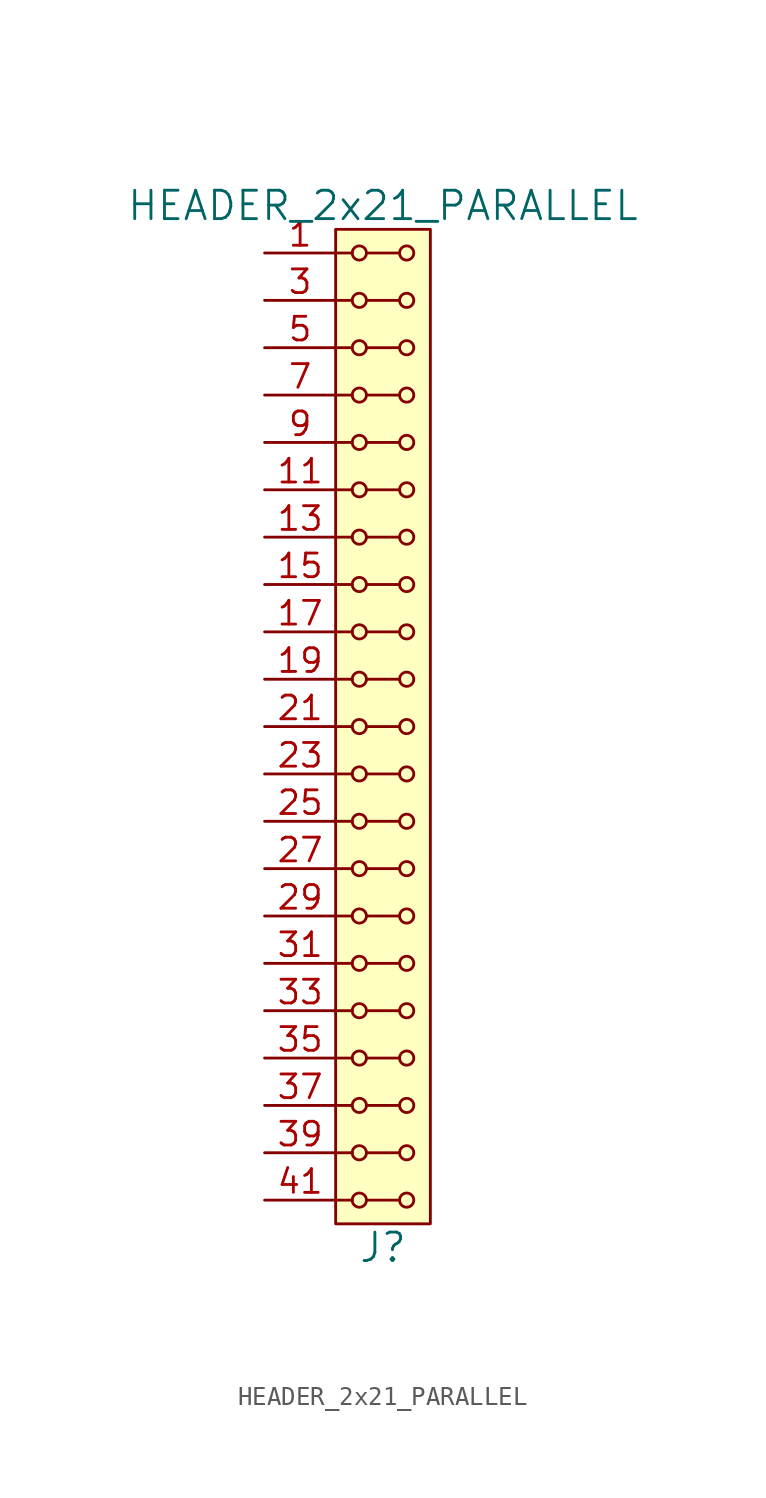
<source format=kicad_sym>
(kicad_symbol_lib
  (version 20211014)
  (generator kicad_symbol_editor)
  (symbol "HEADER_2x21_PARALLEL"
    (pin_names
      (offset 1.016))
    (property "Reference" "J"
      (at 0 -27.94 0)
      (effects (font (size 1.524 1.524))))
    (property "Value" "HEADER_2x21_PARALLEL"
      (at 0 27.94 0)
      (effects (font (size 1.524 1.524))))
    (property "Footprint" ""
      (at 0 25.4 0)
      (effects (font (size 1.524 1.524))))
    (property "Datasheet" ""
      (at 0 25.4 0)
      (effects (font (size 1.524 1.524))))
    (symbol "HEADER_2x21_PARALLEL_0_1"
      (rectangle (start -2.54 26.67) (end 2.54 -26.67) (stroke (width 0) (type default) (color 0 0 0 0)) (fill (type background)))
      (circle (center -1.27 -25.4) (radius 0.381) (stroke (width 0) (type default) (color 0 0 0 0)) (fill (type none)))
      (circle (center -1.27 -22.86) (radius 0.381) (stroke (width 0) (type default) (color 0 0 0 0)) (fill (type none)))
      (circle (center -1.27 -20.32) (radius 0.381) (stroke (width 0) (type default) (color 0 0 0 0)) (fill (type none)))
      (circle (center -1.27 -17.78) (radius 0.381) (stroke (width 0) (type default) (color 0 0 0 0)) (fill (type none)))
      (circle (center -1.27 -15.24) (radius 0.381) (stroke (width 0) (type default) (color 0 0 0 0)) (fill (type none)))
      (circle (center -1.27 -12.7) (radius 0.381) (stroke (width 0) (type default) (color 0 0 0 0)) (fill (type none)))
      (circle (center -1.27 -10.16) (radius 0.381) (stroke (width 0) (type default) (color 0 0 0 0)) (fill (type none)))
      (circle (center -1.27 -7.62) (radius 0.381) (stroke (width 0) (type default) (color 0 0 0 0)) (fill (type none)))
      (circle (center -1.27 -5.08) (radius 0.381) (stroke (width 0) (type default) (color 0 0 0 0)) (fill (type none)))
      (circle (center -1.27 -2.54) (radius 0.381) (stroke (width 0) (type default) (color 0 0 0 0)) (fill (type none)))
      (circle (center -1.27 0) (radius 0.381) (stroke (width 0) (type default) (color 0 0 0 0)) (fill (type none)))
      (circle (center -1.27 2.54) (radius 0.381) (stroke (width 0) (type default) (color 0 0 0 0)) (fill (type none)))
      (circle (center -1.27 5.08) (radius 0.381) (stroke (width 0) (type default) (color 0 0 0 0)) (fill (type none)))
      (circle (center -1.27 7.62) (radius 0.381) (stroke (width 0) (type default) (color 0 0 0 0)) (fill (type none)))
      (circle (center -1.27 10.16) (radius 0.381) (stroke (width 0) (type default) (color 0 0 0 0)) (fill (type none)))
      (circle (center -1.27 12.7) (radius 0.381) (stroke (width 0) (type default) (color 0 0 0 0)) (fill (type none)))
      (circle (center -1.27 15.24) (radius 0.381) (stroke (width 0) (type default) (color 0 0 0 0)) (fill (type none)))
      (circle (center -1.27 17.78) (radius 0.381) (stroke (width 0) (type default) (color 0 0 0 0)) (fill (type none)))
      (circle (center -1.27 20.32) (radius 0.381) (stroke (width 0) (type default) (color 0 0 0 0)) (fill (type none)))
      (circle (center -1.27 22.86) (radius 0.381) (stroke (width 0) (type default) (color 0 0 0 0)) (fill (type none)))
      (circle (center -1.27 25.4) (radius 0.381) (stroke (width 0) (type default) (color 0 0 0 0)) (fill (type none)))
      (polyline (pts (xy -1.651 -25.4) (xy -2.54 -25.4)) (stroke (width 0) (type default) (color 0 0 0 0)) (fill (type none)))
      (polyline (pts (xy -1.651 -22.86) (xy -2.54 -22.86)) (stroke (width 0) (type default) (color 0 0 0 0)) (fill (type none)))
      (polyline (pts (xy -1.651 -20.32) (xy -2.54 -20.32)) (stroke (width 0) (type default) (color 0 0 0 0)) (fill (type none)))
      (polyline (pts (xy -1.651 -17.78) (xy -2.54 -17.78)) (stroke (width 0) (type default) (color 0 0 0 0)) (fill (type none)))
      (polyline (pts (xy -1.651 -15.24) (xy -2.54 -15.24)) (stroke (width 0) (type default) (color 0 0 0 0)) (fill (type none)))
      (polyline (pts (xy -1.651 -12.7) (xy -2.54 -12.7)) (stroke (width 0) (type default) (color 0 0 0 0)) (fill (type none)))
      (polyline (pts (xy -1.651 -10.16) (xy -2.54 -10.16)) (stroke (width 0) (type default) (color 0 0 0 0)) (fill (type none)))
      (polyline (pts (xy -1.651 -7.62) (xy -2.54 -7.62)) (stroke (width 0) (type default) (color 0 0 0 0)) (fill (type none)))
      (polyline (pts (xy -1.651 -5.08) (xy -2.54 -5.08)) (stroke (width 0) (type default) (color 0 0 0 0)) (fill (type none)))
      (polyline (pts (xy -1.651 -2.54) (xy -2.54 -2.54)) (stroke (width 0) (type default) (color 0 0 0 0)) (fill (type none)))
      (polyline (pts (xy -1.651 0) (xy -2.54 0)) (stroke (width 0) (type default) (color 0 0 0 0)) (fill (type none)))
      (polyline (pts (xy -1.651 2.54) (xy -2.54 2.54)) (stroke (width 0) (type default) (color 0 0 0 0)) (fill (type none)))
      (polyline (pts (xy -1.651 5.08) (xy -2.54 5.08)) (stroke (width 0) (type default) (color 0 0 0 0)) (fill (type none)))
      (polyline (pts (xy -1.651 7.62) (xy -2.54 7.62)) (stroke (width 0) (type default) (color 0 0 0 0)) (fill (type none)))
      (polyline (pts (xy -1.651 10.16) (xy -2.54 10.16)) (stroke (width 0) (type default) (color 0 0 0 0)) (fill (type none)))
      (polyline (pts (xy -1.651 12.7) (xy -2.54 12.7)) (stroke (width 0) (type default) (color 0 0 0 0)) (fill (type none)))
      (polyline (pts (xy -1.651 15.24) (xy -2.54 15.24)) (stroke (width 0) (type default) (color 0 0 0 0)) (fill (type none)))
      (polyline (pts (xy -1.651 17.78) (xy -2.54 17.78)) (stroke (width 0) (type default) (color 0 0 0 0)) (fill (type none)))
      (polyline (pts (xy -1.651 20.32) (xy -2.54 20.32)) (stroke (width 0) (type default) (color 0 0 0 0)) (fill (type none)))
      (polyline (pts (xy -1.651 22.86) (xy -2.54 22.86)) (stroke (width 0) (type default) (color 0 0 0 0)) (fill (type none)))
      (polyline (pts (xy -1.651 25.4) (xy -2.54 25.4)) (stroke (width 0) (type default) (color 0 0 0 0)) (fill (type none)))
      (polyline (pts (xy -0.889 -25.4) (xy 0.889 -25.4)) (stroke (width 0) (type default) (color 0 0 0 0)) (fill (type none)))
      (polyline (pts (xy -0.889 -22.86) (xy 0.889 -22.86)) (stroke (width 0) (type default) (color 0 0 0 0)) (fill (type none)))
      (polyline (pts (xy -0.889 -20.32) (xy 0.889 -20.32)) (stroke (width 0) (type default) (color 0 0 0 0)) (fill (type none)))
      (polyline (pts (xy -0.889 -17.78) (xy 0.889 -17.78)) (stroke (width 0) (type default) (color 0 0 0 0)) (fill (type none)))
      (polyline (pts (xy -0.889 -15.24) (xy 0.889 -15.24)) (stroke (width 0) (type default) (color 0 0 0 0)) (fill (type none)))
      (polyline (pts (xy -0.889 -12.7) (xy 0.889 -12.7)) (stroke (width 0) (type default) (color 0 0 0 0)) (fill (type none)))
      (polyline (pts (xy -0.889 -10.16) (xy 0.889 -10.16)) (stroke (width 0) (type default) (color 0 0 0 0)) (fill (type none)))
      (polyline (pts (xy -0.889 -7.62) (xy 0.889 -7.62)) (stroke (width 0) (type default) (color 0 0 0 0)) (fill (type none)))
      (polyline (pts (xy -0.889 -5.08) (xy 0.889 -5.08)) (stroke (width 0) (type default) (color 0 0 0 0)) (fill (type none)))
      (polyline (pts (xy -0.889 -2.54) (xy 0.889 -2.54)) (stroke (width 0) (type default) (color 0 0 0 0)) (fill (type none)))
      (polyline (pts (xy -0.889 0) (xy 0.889 0)) (stroke (width 0) (type default) (color 0 0 0 0)) (fill (type none)))
      (polyline (pts (xy -0.889 2.54) (xy 0.889 2.54)) (stroke (width 0) (type default) (color 0 0 0 0)) (fill (type none)))
      (polyline (pts (xy -0.889 5.08) (xy 0.889 5.08)) (stroke (width 0) (type default) (color 0 0 0 0)) (fill (type none)))
      (polyline (pts (xy -0.889 7.62) (xy 0.889 7.62)) (stroke (width 0) (type default) (color 0 0 0 0)) (fill (type none)))
      (polyline (pts (xy -0.889 10.16) (xy 0.889 10.16)) (stroke (width 0) (type default) (color 0 0 0 0)) (fill (type none)))
      (polyline (pts (xy -0.889 12.7) (xy 0.889 12.7)) (stroke (width 0) (type default) (color 0 0 0 0)) (fill (type none)))
      (polyline (pts (xy -0.889 15.24) (xy 0.889 15.24)) (stroke (width 0) (type default) (color 0 0 0 0)) (fill (type none)))
      (polyline (pts (xy -0.889 17.78) (xy 0.889 17.78)) (stroke (width 0) (type default) (color 0 0 0 0)) (fill (type none)))
      (polyline (pts (xy -0.889 20.32) (xy 0.889 20.32)) (stroke (width 0) (type default) (color 0 0 0 0)) (fill (type none)))
      (polyline (pts (xy -0.889 22.86) (xy 0.889 22.86)) (stroke (width 0) (type default) (color 0 0 0 0)) (fill (type none)))
      (polyline (pts (xy -0.889 25.4) (xy 0.889 25.4)) (stroke (width 0) (type default) (color 0 0 0 0)) (fill (type none)))
      (circle (center 1.27 -25.4) (radius 0.381) (stroke (width 0) (type default) (color 0 0 0 0)) (fill (type none)))
      (circle (center 1.27 -22.86) (radius 0.381) (stroke (width 0) (type default) (color 0 0 0 0)) (fill (type none)))
      (circle (center 1.27 -20.32) (radius 0.381) (stroke (width 0) (type default) (color 0 0 0 0)) (fill (type none)))
      (circle (center 1.27 -17.78) (radius 0.381) (stroke (width 0) (type default) (color 0 0 0 0)) (fill (type none)))
      (circle (center 1.27 -15.24) (radius 0.381) (stroke (width 0) (type default) (color 0 0 0 0)) (fill (type none)))
      (circle (center 1.27 -12.7) (radius 0.381) (stroke (width 0) (type default) (color 0 0 0 0)) (fill (type none)))
      (circle (center 1.27 -10.16) (radius 0.381) (stroke (width 0) (type default) (color 0 0 0 0)) (fill (type none)))
      (circle (center 1.27 -7.62) (radius 0.381) (stroke (width 0) (type default) (color 0 0 0 0)) (fill (type none)))
      (circle (center 1.27 -5.08) (radius 0.381) (stroke (width 0) (type default) (color 0 0 0 0)) (fill (type none)))
      (circle (center 1.27 -2.54) (radius 0.381) (stroke (width 0) (type default) (color 0 0 0 0)) (fill (type none)))
      (circle (center 1.27 0) (radius 0.381) (stroke (width 0) (type default) (color 0 0 0 0)) (fill (type none)))
      (circle (center 1.27 2.54) (radius 0.381) (stroke (width 0) (type default) (color 0 0 0 0)) (fill (type none)))
      (circle (center 1.27 5.08) (radius 0.381) (stroke (width 0) (type default) (color 0 0 0 0)) (fill (type none)))
      (circle (center 1.27 7.62) (radius 0.381) (stroke (width 0) (type default) (color 0 0 0 0)) (fill (type none)))
      (circle (center 1.27 10.16) (radius 0.381) (stroke (width 0) (type default) (color 0 0 0 0)) (fill (type none)))
      (circle (center 1.27 12.7) (radius 0.381) (stroke (width 0) (type default) (color 0 0 0 0)) (fill (type none)))
      (circle (center 1.27 15.24) (radius 0.381) (stroke (width 0) (type default) (color 0 0 0 0)) (fill (type none)))
      (circle (center 1.27 17.78) (radius 0.381) (stroke (width 0) (type default) (color 0 0 0 0)) (fill (type none)))
      (circle (center 1.27 20.32) (radius 0.381) (stroke (width 0) (type default) (color 0 0 0 0)) (fill (type none)))
      (circle (center 1.27 22.86) (radius 0.381) (stroke (width 0) (type default) (color 0 0 0 0)) (fill (type none)))
      (circle (center 1.27 25.4) (radius 0.381) (stroke (width 0) (type default) (color 0 0 0 0)) (fill (type none))))
    (symbol "HEADER_2x21_PARALLEL_1_1"
      (pin input line (at -6.35 25.4 0) (length 3.81) (name "~" (effects (font (size 1.27 1.27)))) (number "1" (effects (font (size 1.27 1.27)))))
      (pin input line (at -6.35 15.24 0) (length 3.81) hide (name "~" (effects (font (size 1.27 1.27)))) (number "10" (effects (font (size 1.27 1.27)))))
      (pin input line (at -6.35 12.7 0) (length 3.81) (name "~" (effects (font (size 1.27 1.27)))) (number "11" (effects (font (size 1.27 1.27)))))
      (pin input line (at -6.35 12.7 0) (length 3.81) hide (name "~" (effects (font (size 1.27 1.27)))) (number "12" (effects (font (size 1.27 1.27)))))
      (pin input line (at -6.35 10.16 0) (length 3.81) (name "~" (effects (font (size 1.27 1.27)))) (number "13" (effects (font (size 1.27 1.27)))))
      (pin input line (at -6.35 10.16 0) (length 3.81) hide (name "~" (effects (font (size 1.27 1.27)))) (number "14" (effects (font (size 1.27 1.27)))))
      (pin input line (at -6.35 7.62 0) (length 3.81) (name "~" (effects (font (size 1.27 1.27)))) (number "15" (effects (font (size 1.27 1.27)))))
      (pin input line (at -6.35 7.62 0) (length 3.81) hide (name "~" (effects (font (size 1.27 1.27)))) (number "16" (effects (font (size 1.27 1.27)))))
      (pin input line (at -6.35 5.08 0) (length 3.81) (name "~" (effects (font (size 1.27 1.27)))) (number "17" (effects (font (size 1.27 1.27)))))
      (pin input line (at -6.35 5.08 0) (length 3.81) hide (name "~" (effects (font (size 1.27 1.27)))) (number "18" (effects (font (size 1.27 1.27)))))
      (pin input line (at -6.35 2.54 0) (length 3.81) (name "~" (effects (font (size 1.27 1.27)))) (number "19" (effects (font (size 1.27 1.27)))))
      (pin input line (at -6.35 25.4 0) (length 3.81) hide (name "~" (effects (font (size 1.27 1.27)))) (number "2" (effects (font (size 1.27 1.27)))))
      (pin input line (at -6.35 2.54 0) (length 3.81) hide (name "~" (effects (font (size 1.27 1.27)))) (number "20" (effects (font (size 1.27 1.27)))))
      (pin input line (at -6.35 0 0) (length 3.81) (name "~" (effects (font (size 1.27 1.27)))) (number "21" (effects (font (size 1.27 1.27)))))
      (pin input line (at -6.35 0 0) (length 3.81) hide (name "~" (effects (font (size 1.27 1.27)))) (number "22" (effects (font (size 1.27 1.27)))))
      (pin input line (at -6.35 -2.54 0) (length 3.81) (name "~" (effects (font (size 1.27 1.27)))) (number "23" (effects (font (size 1.27 1.27)))))
      (pin input line (at -6.35 -2.54 0) (length 3.81) hide (name "~" (effects (font (size 1.27 1.27)))) (number "24" (effects (font (size 1.27 1.27)))))
      (pin input line (at -6.35 -5.08 0) (length 3.81) (name "~" (effects (font (size 1.27 1.27)))) (number "25" (effects (font (size 1.27 1.27)))))
      (pin input line (at -6.35 -5.08 0) (length 3.81) hide (name "~" (effects (font (size 1.27 1.27)))) (number "26" (effects (font (size 1.27 1.27)))))
      (pin input line (at -6.35 -7.62 0) (length 3.81) (name "~" (effects (font (size 1.27 1.27)))) (number "27" (effects (font (size 1.27 1.27)))))
      (pin input line (at -6.35 -7.62 0) (length 3.81) hide (name "~" (effects (font (size 1.27 1.27)))) (number "28" (effects (font (size 1.27 1.27)))))
      (pin input line (at -6.35 -10.16 0) (length 3.81) (name "~" (effects (font (size 1.27 1.27)))) (number "29" (effects (font (size 1.27 1.27)))))
      (pin input line (at -6.35 22.86 0) (length 3.81) (name "~" (effects (font (size 1.27 1.27)))) (number "3" (effects (font (size 1.27 1.27)))))
      (pin input line (at -6.35 -10.16 0) (length 3.81) hide (name "~" (effects (font (size 1.27 1.27)))) (number "30" (effects (font (size 1.27 1.27)))))
      (pin input line (at -6.35 -12.7 0) (length 3.81) (name "~" (effects (font (size 1.27 1.27)))) (number "31" (effects (font (size 1.27 1.27)))))
      (pin input line (at -6.35 -12.7 0) (length 3.81) hide (name "~" (effects (font (size 1.27 1.27)))) (number "32" (effects (font (size 1.27 1.27)))))
      (pin input line (at -6.35 -15.24 0) (length 3.81) (name "~" (effects (font (size 1.27 1.27)))) (number "33" (effects (font (size 1.27 1.27)))))
      (pin input line (at -6.35 -15.24 0) (length 3.81) hide (name "~" (effects (font (size 1.27 1.27)))) (number "34" (effects (font (size 1.27 1.27)))))
      (pin input line (at -6.35 -17.78 0) (length 3.81) (name "~" (effects (font (size 1.27 1.27)))) (number "35" (effects (font (size 1.27 1.27)))))
      (pin input line (at -6.35 -17.78 0) (length 3.81) hide (name "~" (effects (font (size 1.27 1.27)))) (number "36" (effects (font (size 1.27 1.27)))))
      (pin input line (at -6.35 -20.32 0) (length 3.81) (name "~" (effects (font (size 1.27 1.27)))) (number "37" (effects (font (size 1.27 1.27)))))
      (pin input line (at -6.35 -20.32 0) (length 3.81) hide (name "~" (effects (font (size 1.27 1.27)))) (number "38" (effects (font (size 1.27 1.27)))))
      (pin input line (at -6.35 -22.86 0) (length 3.81) (name "~" (effects (font (size 1.27 1.27)))) (number "39" (effects (font (size 1.27 1.27)))))
      (pin input line (at -6.35 22.86 0) (length 3.81) hide (name "~" (effects (font (size 1.27 1.27)))) (number "4" (effects (font (size 1.27 1.27)))))
      (pin input line (at -6.35 -22.86 0) (length 3.81) hide (name "~" (effects (font (size 1.27 1.27)))) (number "40" (effects (font (size 1.27 1.27)))))
      (pin input line (at -6.35 -25.4 0) (length 3.81) (name "~" (effects (font (size 1.27 1.27)))) (number "41" (effects (font (size 1.27 1.27)))))
      (pin input line (at -6.35 -25.4 0) (length 3.81) hide (name "~" (effects (font (size 1.27 1.27)))) (number "42" (effects (font (size 1.27 1.27)))))
      (pin input line (at -6.35 20.32 0) (length 3.81) (name "~" (effects (font (size 1.27 1.27)))) (number "5" (effects (font (size 1.27 1.27)))))
      (pin input line (at -6.35 20.32 0) (length 3.81) hide (name "~" (effects (font (size 1.27 1.27)))) (number "6" (effects (font (size 1.27 1.27)))))
      (pin input line (at -6.35 17.78 0) (length 3.81) (name "~" (effects (font (size 1.27 1.27)))) (number "7" (effects (font (size 1.27 1.27)))))
      (pin input line (at -6.35 17.78 0) (length 3.81) hide (name "~" (effects (font (size 1.27 1.27)))) (number "8" (effects (font (size 1.27 1.27)))))
      (pin input line (at -6.35 15.24 0) (length 3.81) (name "~" (effects (font (size 1.27 1.27)))) (number "9" (effects (font (size 1.27 1.27))))))))
</source>
